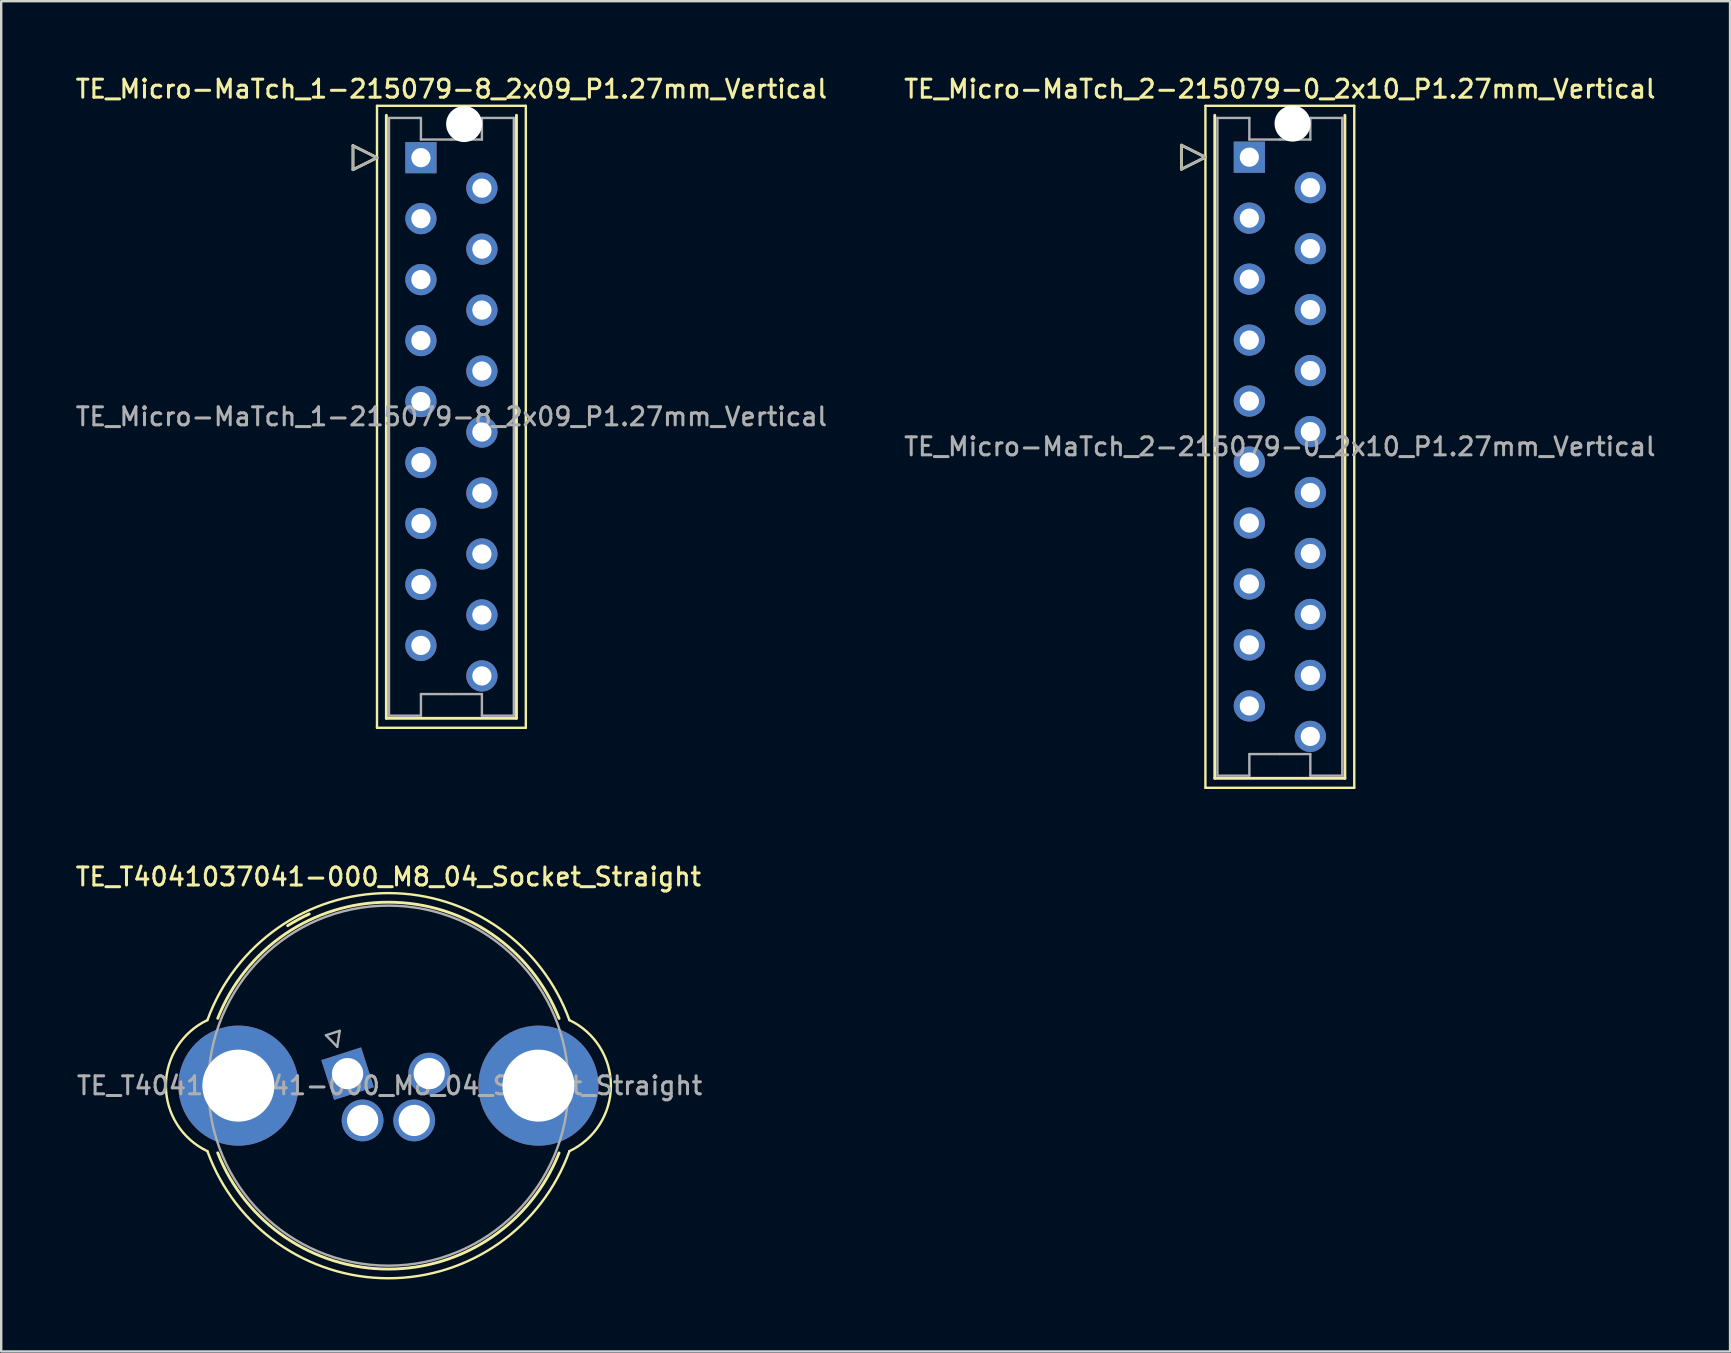
<source format=kicad_pcb>
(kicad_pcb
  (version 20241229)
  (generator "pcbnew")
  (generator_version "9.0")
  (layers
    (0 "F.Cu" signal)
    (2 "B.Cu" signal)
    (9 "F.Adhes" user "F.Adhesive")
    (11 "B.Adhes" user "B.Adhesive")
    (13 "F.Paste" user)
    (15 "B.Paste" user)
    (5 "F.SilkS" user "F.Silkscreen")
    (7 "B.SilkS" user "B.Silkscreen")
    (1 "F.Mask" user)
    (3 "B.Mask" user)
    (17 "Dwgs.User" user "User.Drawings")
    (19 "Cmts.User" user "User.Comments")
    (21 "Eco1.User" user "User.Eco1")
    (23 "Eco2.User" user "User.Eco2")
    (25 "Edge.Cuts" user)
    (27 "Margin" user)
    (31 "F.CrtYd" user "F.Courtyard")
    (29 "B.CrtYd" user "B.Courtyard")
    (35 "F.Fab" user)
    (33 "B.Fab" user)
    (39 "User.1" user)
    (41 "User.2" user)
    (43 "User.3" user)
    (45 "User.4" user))
  (footprint "TE_Micro-MaTch_2-215079-0_2x10_P1.27mm_Vertical"
    (layer "F.Cu")
    (at 48.996 3.498)
    (property "Reference" "TE_Micro-MaTch_2-215079-0_2x10_P1.27mm_Vertical" (at 1.27 -2.84 0) (layer "F.SilkS") (effects (font (size 0.75 0.75) (thickness 0.125))))
    (attr through_hole)
    (fp_line (start -2.83 -0.5) (end -1.83 0) (stroke (width 0.12) (type solid)) (layer "F.SilkS"))
    (fp_line (start -2.83 0.5) (end -2.83 -0.5) (stroke (width 0.12) (type solid)) (layer "F.SilkS"))
    (fp_line (start -1.83 -2.14) (end -1.83 26.27) (stroke (width 0.1) (type solid)) (layer "F.SilkS"))
    (fp_line (start -1.83 0) (end -2.83 0.5) (stroke (width 0.12) (type solid)) (layer "F.SilkS"))
    (fp_line (start -1.83 26.27) (end 4.37 26.27) (stroke (width 0.1) (type solid)) (layer "F.SilkS"))
    (fp_line (start -1.44 -1.745) (end -1.44 25.875) (stroke (width 0.12) (type solid)) (layer "F.SilkS"))
    (fp_line (start -1.44 25.875) (end 3.98 25.875) (stroke (width 0.12) (type solid)) (layer "F.SilkS"))
    (fp_line (start 3.98 25.875) (end 3.98 -1.745) (stroke (width 0.12) (type solid)) (layer "F.SilkS"))
    (fp_line (start 4.37 -2.14) (end -1.83 -2.14) (stroke (width 0.1) (type solid)) (layer "F.SilkS"))
    (fp_line (start 4.37 26.27) (end 4.37 -2.14) (stroke (width 0.1) (type solid)) (layer "F.SilkS"))
    (fp_line (start -2.83 -0.5) (end -1.83 0) (stroke (width 0.1) (type solid)) (layer "F.Fab"))
    (fp_line (start -2.83 0.5) (end -2.83 -0.5) (stroke (width 0.1) (type solid)) (layer "F.Fab"))
    (fp_line (start -1.83 0) (end -2.83 0.5) (stroke (width 0.1) (type solid)) (layer "F.Fab"))
    (fp_line (start -1.33 -1.635) (end -1.33 12.065) (stroke (width 0.1) (type solid)) (layer "F.Fab"))
    (fp_line (start -1.33 25.765) (end -1.33 12.065) (stroke (width 0.1) (type solid)) (layer "F.Fab"))
    (fp_line (start 0 -1.635) (end -1.33 -1.635) (stroke (width 0.1) (type solid)) (layer "F.Fab"))
    (fp_line (start 0 -0.735) (end 0 -1.635) (stroke (width 0.1) (type solid)) (layer "F.Fab"))
    (fp_line (start 0 24.865) (end 0 25.765) (stroke (width 0.1) (type solid)) (layer "F.Fab"))
    (fp_line (start 0 25.765) (end -1.33 25.765) (stroke (width 0.1) (type solid)) (layer "F.Fab"))
    (fp_line (start 1.27 -0.735) (end 0 -0.735) (stroke (width 0.1) (type solid)) (layer "F.Fab"))
    (fp_line (start 1.27 -0.735) (end 2.54 -0.735) (stroke (width 0.1) (type solid)) (layer "F.Fab"))
    (fp_line (start 1.27 24.865) (end 0 24.865) (stroke (width 0.1) (type solid)) (layer "F.Fab"))
    (fp_line (start 1.27 24.865) (end 2.54 24.865) (stroke (width 0.1) (type solid)) (layer "F.Fab"))
    (fp_line (start 2.54 -1.635) (end 3.87 -1.635) (stroke (width 0.1) (type solid)) (layer "F.Fab"))
    (fp_line (start 2.54 -0.735) (end 2.54 -1.635) (stroke (width 0.1) (type solid)) (layer "F.Fab"))
    (fp_line (start 2.54 24.865) (end 2.54 25.765) (stroke (width 0.1) (type solid)) (layer "F.Fab"))
    (fp_line (start 2.54 25.765) (end 3.87 25.765) (stroke (width 0.1) (type solid)) (layer "F.Fab"))
    (fp_line (start 3.87 -1.635) (end 3.87 12.065) (stroke (width 0.1) (type solid)) (layer "F.Fab"))
    (fp_line (start 3.87 25.765) (end 3.87 12.065) (stroke (width 0.1) (type solid)) (layer "F.Fab"))
    (fp_text user "${REFERENCE}" (at 1.27 12.06 0) (layer "F.Fab") (effects (font (size 0.75 0.75) (thickness 0.125))))
    (pad "" np_thru_hole circle (at 1.8 -1.4) (size 1.5 1.5) (drill 1.5) (layers "*.Cu" "*.Mask"))
    (pad "1" thru_hole rect (at 0 0) (size 1.3 1.3) (drill 0.8) (layers "*.Cu" "*.Mask"))
    (pad "2" thru_hole circle (at 2.54 1.27) (size 1.3 1.3) (drill 0.8) (layers "*.Cu" "*.Mask"))
    (pad "3" thru_hole circle (at 0 2.54) (size 1.3 1.3) (drill 0.8) (layers "*.Cu" "*.Mask"))
    (pad "4" thru_hole circle (at 2.54 3.81) (size 1.3 1.3) (drill 0.8) (layers "*.Cu" "*.Mask"))
    (pad "5" thru_hole circle (at 0 5.08) (size 1.3 1.3) (drill 0.8) (layers "*.Cu" "*.Mask"))
    (pad "6" thru_hole circle (at 2.54 6.35) (size 1.3 1.3) (drill 0.8) (layers "*.Cu" "*.Mask"))
    (pad "7" thru_hole circle (at 0 7.62) (size 1.3 1.3) (drill 0.8) (layers "*.Cu" "*.Mask"))
    (pad "8" thru_hole circle (at 2.54 8.89) (size 1.3 1.3) (drill 0.8) (layers "*.Cu" "*.Mask"))
    (pad "9" thru_hole circle (at 0 10.16) (size 1.3 1.3) (drill 0.8) (layers "*.Cu" "*.Mask"))
    (pad "10" thru_hole circle (at 2.54 11.43) (size 1.3 1.3) (drill 0.8) (layers "*.Cu" "*.Mask"))
    (pad "11" thru_hole circle (at 0 12.7) (size 1.3 1.3) (drill 0.8) (layers "*.Cu" "*.Mask"))
    (pad "12" thru_hole circle (at 2.54 13.97) (size 1.3 1.3) (drill 0.8) (layers "*.Cu" "*.Mask"))
    (pad "13" thru_hole circle (at 0 15.24) (size 1.3 1.3) (drill 0.8) (layers "*.Cu" "*.Mask"))
    (pad "14" thru_hole circle (at 2.54 16.51) (size 1.3 1.3) (drill 0.8) (layers "*.Cu" "*.Mask"))
    (pad "15" thru_hole circle (at 0 17.78) (size 1.3 1.3) (drill 0.8) (layers "*.Cu" "*.Mask"))
    (pad "16" thru_hole circle (at 2.54 19.05) (size 1.3 1.3) (drill 0.8) (layers "*.Cu" "*.Mask"))
    (pad "17" thru_hole circle (at 0 20.32) (size 1.3 1.3) (drill 0.8) (layers "*.Cu" "*.Mask"))
    (pad "18" thru_hole circle (at 2.54 21.59) (size 1.3 1.3) (drill 0.8) (layers "*.Cu" "*.Mask"))
    (pad "19" thru_hole circle (at 0 22.86) (size 1.3 1.3) (drill 0.8) (layers "*.Cu" "*.Mask"))
    (pad "20" thru_hole circle (at 2.54 24.13) (size 1.3 1.3) (drill 0.8) (layers "*.Cu" "*.Mask")))
  (footprint "TE_Micro-MaTch_1-215079-8_2x09_P1.27mm_Vertical"
    (layer "F.Cu")
    (at 14.485 3.518)
    (property "Reference" "TE_Micro-MaTch_1-215079-8_2x09_P1.27mm_Vertical" (at 1.27 -2.86 0) (layer "F.SilkS") (effects (font (size 0.75 0.75) (thickness 0.125))))
    (attr through_hole)
    (fp_line (start -2.83 -0.5) (end -1.83 0) (stroke (width 0.12) (type solid)) (layer "F.SilkS"))
    (fp_line (start -2.83 0.5) (end -2.83 -0.5) (stroke (width 0.12) (type solid)) (layer "F.SilkS"))
    (fp_line (start -1.83 -2.16) (end -1.83 23.75) (stroke (width 0.1) (type solid)) (layer "F.SilkS"))
    (fp_line (start -1.83 0) (end -2.83 0.5) (stroke (width 0.12) (type solid)) (layer "F.SilkS"))
    (fp_line (start -1.83 23.75) (end 4.37 23.75) (stroke (width 0.1) (type solid)) (layer "F.SilkS"))
    (fp_line (start -1.44 -1.765) (end -1.44 23.355) (stroke (width 0.12) (type solid)) (layer "F.SilkS"))
    (fp_line (start -1.44 23.355) (end 3.98 23.355) (stroke (width 0.12) (type solid)) (layer "F.SilkS"))
    (fp_line (start 3.98 23.355) (end 3.98 -1.765) (stroke (width 0.12) (type solid)) (layer "F.SilkS"))
    (fp_line (start 4.37 -2.16) (end -1.83 -2.16) (stroke (width 0.1) (type solid)) (layer "F.SilkS"))
    (fp_line (start 4.37 23.75) (end 4.37 -2.16) (stroke (width 0.1) (type solid)) (layer "F.SilkS"))
    (fp_line (start -2.83 -0.5) (end -1.83 0) (stroke (width 0.1) (type solid)) (layer "F.Fab"))
    (fp_line (start -2.83 0.5) (end -2.83 -0.5) (stroke (width 0.1) (type solid)) (layer "F.Fab"))
    (fp_line (start -1.83 0) (end -2.83 0.5) (stroke (width 0.1) (type solid)) (layer "F.Fab"))
    (fp_line (start -1.33 -1.655) (end -1.33 10.795) (stroke (width 0.1) (type solid)) (layer "F.Fab"))
    (fp_line (start -1.33 23.245) (end -1.33 10.795) (stroke (width 0.1) (type solid)) (layer "F.Fab"))
    (fp_line (start 0 -1.655) (end -1.33 -1.655) (stroke (width 0.1) (type solid)) (layer "F.Fab"))
    (fp_line (start 0 -0.755) (end 0 -1.655) (stroke (width 0.1) (type solid)) (layer "F.Fab"))
    (fp_line (start 0 22.345) (end 0 23.245) (stroke (width 0.1) (type solid)) (layer "F.Fab"))
    (fp_line (start 0 23.245) (end -1.33 23.245) (stroke (width 0.1) (type solid)) (layer "F.Fab"))
    (fp_line (start 1.27 -0.755) (end 0 -0.755) (stroke (width 0.1) (type solid)) (layer "F.Fab"))
    (fp_line (start 1.27 -0.755) (end 2.54 -0.755) (stroke (width 0.1) (type solid)) (layer "F.Fab"))
    (fp_line (start 1.27 22.345) (end 0 22.345) (stroke (width 0.1) (type solid)) (layer "F.Fab"))
    (fp_line (start 1.27 22.345) (end 2.54 22.345) (stroke (width 0.1) (type solid)) (layer "F.Fab"))
    (fp_line (start 2.54 -1.655) (end 3.87 -1.655) (stroke (width 0.1) (type solid)) (layer "F.Fab"))
    (fp_line (start 2.54 -0.755) (end 2.54 -1.655) (stroke (width 0.1) (type solid)) (layer "F.Fab"))
    (fp_line (start 2.54 22.345) (end 2.54 23.245) (stroke (width 0.1) (type solid)) (layer "F.Fab"))
    (fp_line (start 2.54 23.245) (end 3.87 23.245) (stroke (width 0.1) (type solid)) (layer "F.Fab"))
    (fp_line (start 3.87 -1.655) (end 3.87 10.795) (stroke (width 0.1) (type solid)) (layer "F.Fab"))
    (fp_line (start 3.87 23.245) (end 3.87 10.795) (stroke (width 0.1) (type solid)) (layer "F.Fab"))
    (fp_text user "${REFERENCE}" (at 1.27 10.79 0) (layer "F.Fab") (effects (font (size 0.75 0.75) (thickness 0.125))))
    (pad "" np_thru_hole circle (at 1.8 -1.4) (size 1.5 1.5) (drill 1.5) (layers "*.Cu" "*.Mask"))
    (pad "1" thru_hole rect (at 0 0) (size 1.3 1.3) (drill 0.8) (layers "*.Cu" "*.Mask"))
    (pad "2" thru_hole circle (at 2.54 1.27) (size 1.3 1.3) (drill 0.8) (layers "*.Cu" "*.Mask"))
    (pad "3" thru_hole circle (at 0 2.54) (size 1.3 1.3) (drill 0.8) (layers "*.Cu" "*.Mask"))
    (pad "4" thru_hole circle (at 2.54 3.81) (size 1.3 1.3) (drill 0.8) (layers "*.Cu" "*.Mask"))
    (pad "5" thru_hole circle (at 0 5.08) (size 1.3 1.3) (drill 0.8) (layers "*.Cu" "*.Mask"))
    (pad "6" thru_hole circle (at 2.54 6.35) (size 1.3 1.3) (drill 0.8) (layers "*.Cu" "*.Mask"))
    (pad "7" thru_hole circle (at 0 7.62) (size 1.3 1.3) (drill 0.8) (layers "*.Cu" "*.Mask"))
    (pad "8" thru_hole circle (at 2.54 8.89) (size 1.3 1.3) (drill 0.8) (layers "*.Cu" "*.Mask"))
    (pad "9" thru_hole circle (at 0 10.16) (size 1.3 1.3) (drill 0.8) (layers "*.Cu" "*.Mask"))
    (pad "10" thru_hole circle (at 2.54 11.43) (size 1.3 1.3) (drill 0.8) (layers "*.Cu" "*.Mask"))
    (pad "11" thru_hole circle (at 0 12.7) (size 1.3 1.3) (drill 0.8) (layers "*.Cu" "*.Mask"))
    (pad "12" thru_hole circle (at 2.54 13.97) (size 1.3 1.3) (drill 0.8) (layers "*.Cu" "*.Mask"))
    (pad "13" thru_hole circle (at 0 15.24) (size 1.3 1.3) (drill 0.8) (layers "*.Cu" "*.Mask"))
    (pad "14" thru_hole circle (at 2.54 16.51) (size 1.3 1.3) (drill 0.8) (layers "*.Cu" "*.Mask"))
    (pad "15" thru_hole circle (at 0 17.78) (size 1.3 1.3) (drill 0.8) (layers "*.Cu" "*.Mask"))
    (pad "16" thru_hole circle (at 2.54 19.05) (size 1.3 1.3) (drill 0.8) (layers "*.Cu" "*.Mask"))
    (pad "17" thru_hole circle (at 0 20.32) (size 1.3 1.3) (drill 0.8) (layers "*.Cu" "*.Mask"))
    (pad "18" thru_hole circle (at 2.54 21.59) (size 1.3 1.3) (drill 0.8) (layers "*.Cu" "*.Mask")))
  (footprint "TE_T4041037041-000_M8_04_Socket_Straight"
    (layer "F.Cu")
    (at 11.43 41.676)
    (property "Reference" "TE_T4041037041-000_M8_04_Socket_Straight" (at 1.7 -8.2 0) (layer "F.SilkS") (effects (font (size 0.75 0.75) (thickness 0.125))))
    (attr through_hole)
    (fp_arc (start -5.84 -2.23) (mid 1.7 -7.521096) (end 9.24 -2.23) (stroke (width 0.1) (type default)) (layer "F.SilkS"))
    (fp_arc (start -5.84 3.23) (mid -7.569436 0.5) (end -5.84 -2.23) (stroke (width 0.1) (type default)) (layer "F.SilkS"))
    (fp_arc (start -5.408655 -2.303412) (mid 1.701834 -7.141472) (end 8.81 -2.3) (stroke (width 0.12) (type default)) (layer "F.SilkS"))
    (fp_arc (start -2.496063 -6.163748) (mid -2.055909 -6.421389) (end -1.6 -6.649999) (stroke (width 0.12) (type default)) (layer "F.SilkS"))
    (fp_arc (start 8.808655 3.303413) (mid 1.698166 8.141472) (end -5.41 3.3) (stroke (width 0.12) (type default)) (layer "F.SilkS"))
    (fp_arc (start 9.24 -2.23) (mid 10.969437 0.5) (end 9.24 3.23) (stroke (width 0.1) (type default)) (layer "F.SilkS"))
    (fp_arc (start 9.24 3.23) (mid 1.7 8.524521) (end -5.84 3.23) (stroke (width 0.1) (type default)) (layer "F.SilkS"))
    (fp_line (start -0.9 -1.6) (end -0.431 -1.12) (stroke (width 0.1) (type solid)) (layer "F.Fab"))
    (fp_line (start -0.431 -1.12) (end -0.329 -1.783) (stroke (width 0.1) (type solid)) (layer "F.Fab"))
    (fp_line (start -0.329 -1.783) (end -0.9 -1.6) (stroke (width 0.1) (type solid)) (layer "F.Fab"))
    (fp_circle (center 1.7 0.5) (end 9.2 0.5) (stroke (width 0.1) (type default)) (fill no) (layer "F.Fab"))
    (fp_text user "${REFERENCE}" (at 1.75 0.5 0) (layer "F.Fab") (effects (font (size 0.75 0.75) (thickness 0.125))))
    (pad "1" thru_hole rect (at 0 0 17.8) (size 1.74 1.74) (drill 1.3) (layers "*.Cu" "*.Mask"))
    (pad "2" thru_hole circle (at 0.625 1.95 180) (size 1.74 1.74) (drill 1.3) (layers "*.Cu" "*.Mask"))
    (pad "3" thru_hole circle (at 3.4 0 180) (size 1.74 1.74) (drill 1.3) (layers "*.Cu" "*.Mask"))
    (pad "4" thru_hole circle (at 2.775 1.95 180) (size 1.74 1.74) (drill 1.3) (layers "*.Cu" "*.Mask"))
    (pad "SH" thru_hole circle (at -4.55 0.5 180) (size 5 5) (drill 3) (layers "*.Cu" "*.Mask"))
    (pad "SH" thru_hole circle (at 7.95 0.5 180) (size 5 5) (drill 3) (layers "*.Cu" "*.Mask")))
  (gr_rect
    (start -3 -3)
    (end 69.021 53.251)
    (stroke (width 0.1) (type default))
    (fill no)
    (layer "Edge.Cuts")))
</source>
